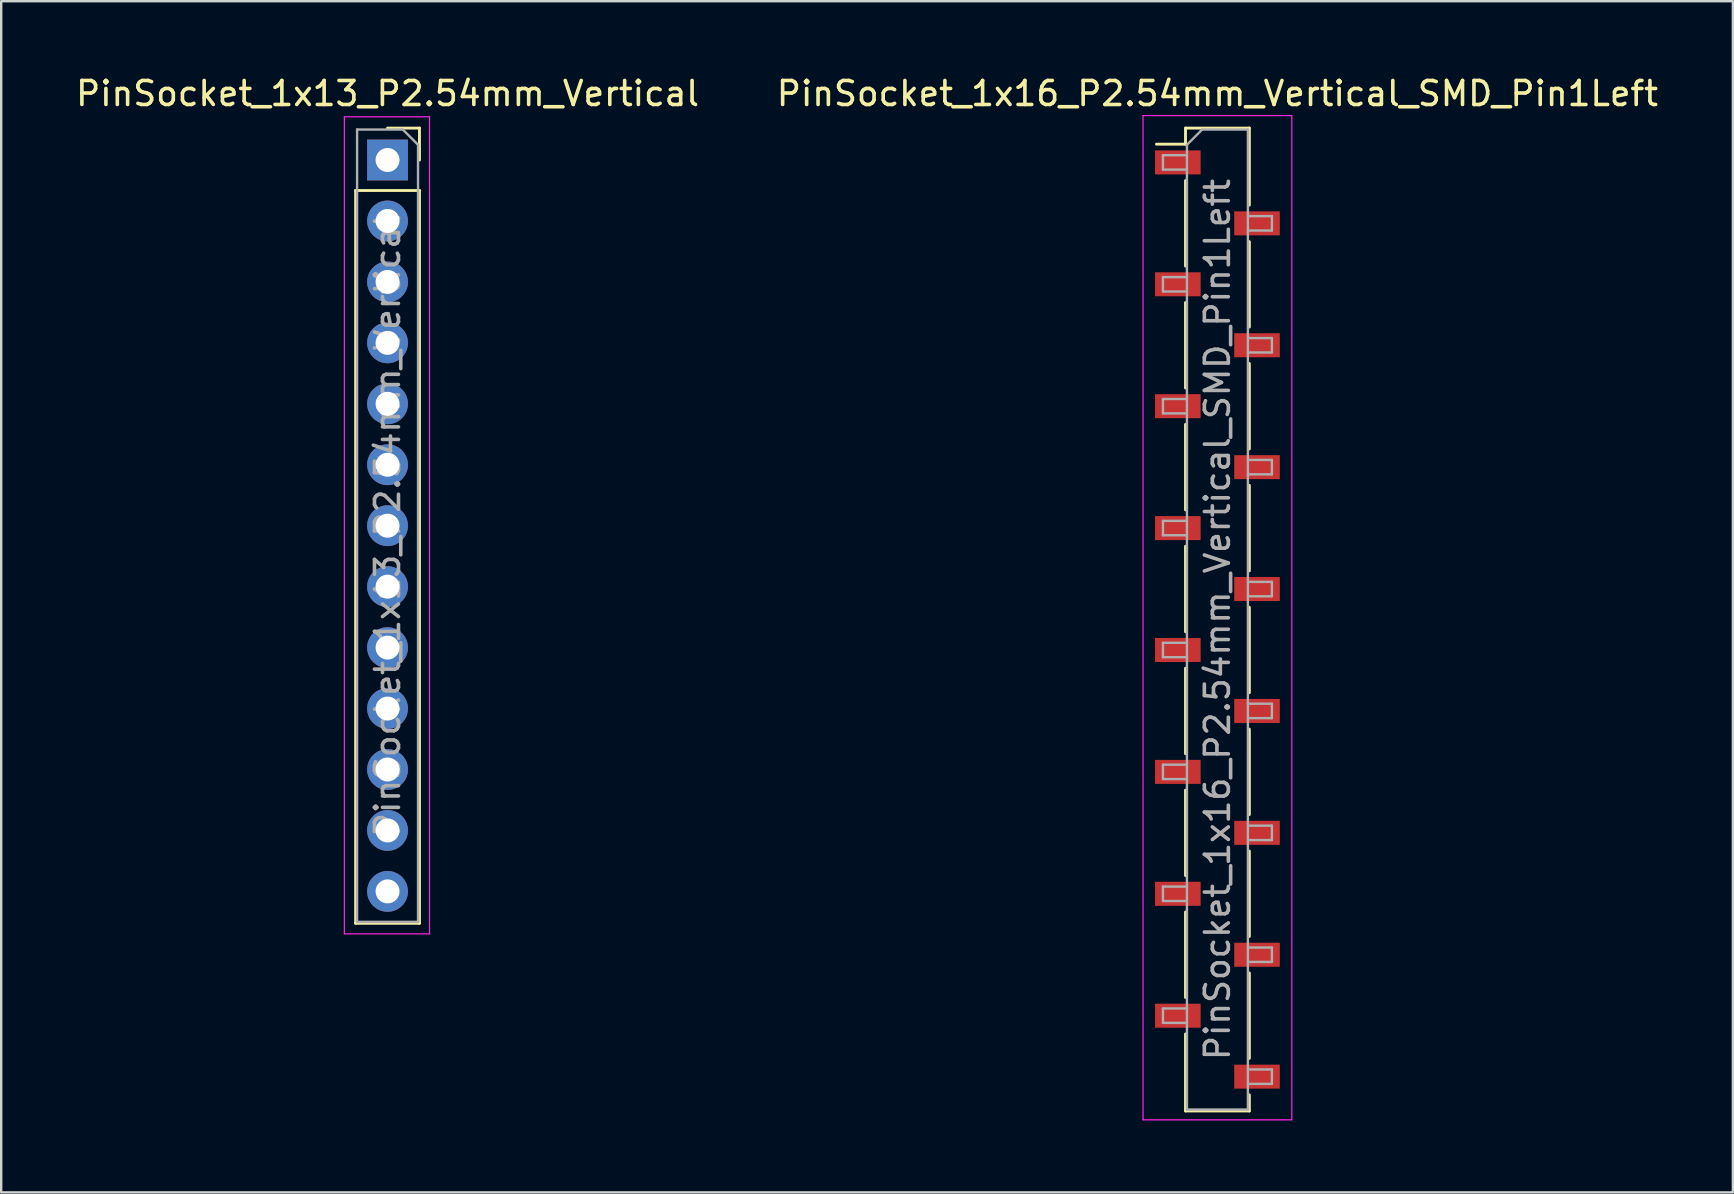
<source format=kicad_pcb>
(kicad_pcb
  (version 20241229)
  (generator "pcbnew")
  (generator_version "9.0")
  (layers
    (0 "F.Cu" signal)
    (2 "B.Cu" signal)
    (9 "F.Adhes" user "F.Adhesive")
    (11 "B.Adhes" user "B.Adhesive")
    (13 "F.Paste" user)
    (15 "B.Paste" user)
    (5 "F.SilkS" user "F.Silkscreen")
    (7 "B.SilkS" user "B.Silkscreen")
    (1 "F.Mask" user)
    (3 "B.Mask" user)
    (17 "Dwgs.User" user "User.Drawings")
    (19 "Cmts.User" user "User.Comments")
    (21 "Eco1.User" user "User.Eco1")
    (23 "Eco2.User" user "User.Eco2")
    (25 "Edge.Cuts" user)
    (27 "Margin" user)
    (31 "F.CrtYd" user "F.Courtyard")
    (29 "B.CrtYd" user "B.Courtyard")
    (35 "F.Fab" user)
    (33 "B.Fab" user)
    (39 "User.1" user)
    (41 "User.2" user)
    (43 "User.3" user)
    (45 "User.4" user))
  (footprint "PinSocket_1x16_P2.54mm_Vertical_SMD_Pin1Left"
    (layer "F.Cu")
    (at 47.685 22.768)
    (property "Reference" "PinSocket_1x16_P2.54mm_Vertical_SMD_Pin1Left" (at 0 -21.92 0) (layer "F.SilkS") (effects (font (size 1 1) (thickness 0.15))))
    (attr smd)
    (fp_line (start -2.54 -19.81) (end -1.33 -19.81) (stroke (width 0.12) (type solid)) (layer "F.SilkS"))
    (fp_line (start -1.33 -20.48) (end -1.33 -19.81) (stroke (width 0.12) (type solid)) (layer "F.SilkS"))
    (fp_line (start -1.33 -20.48) (end 1.33 -20.48) (stroke (width 0.12) (type solid)) (layer "F.SilkS"))
    (fp_line (start -1.33 -18.29) (end -1.33 -14.73) (stroke (width 0.12) (type solid)) (layer "F.SilkS"))
    (fp_line (start -1.33 -13.21) (end -1.33 -9.65) (stroke (width 0.12) (type solid)) (layer "F.SilkS"))
    (fp_line (start -1.33 -8.13) (end -1.33 -4.57) (stroke (width 0.12) (type solid)) (layer "F.SilkS"))
    (fp_line (start -1.33 -3.05) (end -1.33 0.51) (stroke (width 0.12) (type solid)) (layer "F.SilkS"))
    (fp_line (start -1.33 2.03) (end -1.33 5.59) (stroke (width 0.12) (type solid)) (layer "F.SilkS"))
    (fp_line (start -1.33 7.11) (end -1.33 10.67) (stroke (width 0.12) (type solid)) (layer "F.SilkS"))
    (fp_line (start -1.33 12.19) (end -1.33 15.75) (stroke (width 0.12) (type solid)) (layer "F.SilkS"))
    (fp_line (start -1.33 17.27) (end -1.33 20.48) (stroke (width 0.12) (type solid)) (layer "F.SilkS"))
    (fp_line (start -1.33 20.48) (end 1.33 20.48) (stroke (width 0.12) (type solid)) (layer "F.SilkS"))
    (fp_line (start 1.33 -20.48) (end 1.33 -17.27) (stroke (width 0.12) (type solid)) (layer "F.SilkS"))
    (fp_line (start 1.33 -15.75) (end 1.33 -12.19) (stroke (width 0.12) (type solid)) (layer "F.SilkS"))
    (fp_line (start 1.33 -10.67) (end 1.33 -7.11) (stroke (width 0.12) (type solid)) (layer "F.SilkS"))
    (fp_line (start 1.33 -5.59) (end 1.33 -2.03) (stroke (width 0.12) (type solid)) (layer "F.SilkS"))
    (fp_line (start 1.33 -0.51) (end 1.33 3.05) (stroke (width 0.12) (type solid)) (layer "F.SilkS"))
    (fp_line (start 1.33 4.57) (end 1.33 8.13) (stroke (width 0.12) (type solid)) (layer "F.SilkS"))
    (fp_line (start 1.33 9.65) (end 1.33 13.21) (stroke (width 0.12) (type solid)) (layer "F.SilkS"))
    (fp_line (start 1.33 14.73) (end 1.33 18.29) (stroke (width 0.12) (type solid)) (layer "F.SilkS"))
    (fp_line (start 1.33 19.81) (end 1.33 20.48) (stroke (width 0.12) (type solid)) (layer "F.SilkS"))
    (fp_line (start -3.1 -21) (end 3.1 -21) (stroke (width 0.05) (type solid)) (layer "F.CrtYd"))
    (fp_line (start -3.1 20.85) (end -3.1 -21) (stroke (width 0.05) (type solid)) (layer "F.CrtYd"))
    (fp_line (start 3.1 -21) (end 3.1 20.85) (stroke (width 0.05) (type solid)) (layer "F.CrtYd"))
    (fp_line (start 3.1 20.85) (end -3.1 20.85) (stroke (width 0.05) (type solid)) (layer "F.CrtYd"))
    (fp_line (start -2.27 -19.35) (end -1.27 -19.35) (stroke (width 0.1) (type solid)) (layer "F.Fab"))
    (fp_line (start -2.27 -18.75) (end -2.27 -19.35) (stroke (width 0.1) (type solid)) (layer "F.Fab"))
    (fp_line (start -2.27 -14.27) (end -1.27 -14.27) (stroke (width 0.1) (type solid)) (layer "F.Fab"))
    (fp_line (start -2.27 -13.67) (end -2.27 -14.27) (stroke (width 0.1) (type solid)) (layer "F.Fab"))
    (fp_line (start -2.27 -9.19) (end -1.27 -9.19) (stroke (width 0.1) (type solid)) (layer "F.Fab"))
    (fp_line (start -2.27 -8.59) (end -2.27 -9.19) (stroke (width 0.1) (type solid)) (layer "F.Fab"))
    (fp_line (start -2.27 -4.11) (end -1.27 -4.11) (stroke (width 0.1) (type solid)) (layer "F.Fab"))
    (fp_line (start -2.27 -3.51) (end -2.27 -4.11) (stroke (width 0.1) (type solid)) (layer "F.Fab"))
    (fp_line (start -2.27 0.97) (end -1.27 0.97) (stroke (width 0.1) (type solid)) (layer "F.Fab"))
    (fp_line (start -2.27 1.57) (end -2.27 0.97) (stroke (width 0.1) (type solid)) (layer "F.Fab"))
    (fp_line (start -2.27 6.05) (end -1.27 6.05) (stroke (width 0.1) (type solid)) (layer "F.Fab"))
    (fp_line (start -2.27 6.65) (end -2.27 6.05) (stroke (width 0.1) (type solid)) (layer "F.Fab"))
    (fp_line (start -2.27 11.13) (end -1.27 11.13) (stroke (width 0.1) (type solid)) (layer "F.Fab"))
    (fp_line (start -2.27 11.73) (end -2.27 11.13) (stroke (width 0.1) (type solid)) (layer "F.Fab"))
    (fp_line (start -2.27 16.21) (end -1.27 16.21) (stroke (width 0.1) (type solid)) (layer "F.Fab"))
    (fp_line (start -2.27 16.81) (end -2.27 16.21) (stroke (width 0.1) (type solid)) (layer "F.Fab"))
    (fp_line (start -1.27 -19.785) (end -0.635 -20.42) (stroke (width 0.1) (type solid)) (layer "F.Fab"))
    (fp_line (start -1.27 -18.75) (end -2.27 -18.75) (stroke (width 0.1) (type solid)) (layer "F.Fab"))
    (fp_line (start -1.27 -13.67) (end -2.27 -13.67) (stroke (width 0.1) (type solid)) (layer "F.Fab"))
    (fp_line (start -1.27 -8.59) (end -2.27 -8.59) (stroke (width 0.1) (type solid)) (layer "F.Fab"))
    (fp_line (start -1.27 -3.51) (end -2.27 -3.51) (stroke (width 0.1) (type solid)) (layer "F.Fab"))
    (fp_line (start -1.27 1.57) (end -2.27 1.57) (stroke (width 0.1) (type solid)) (layer "F.Fab"))
    (fp_line (start -1.27 6.65) (end -2.27 6.65) (stroke (width 0.1) (type solid)) (layer "F.Fab"))
    (fp_line (start -1.27 11.73) (end -2.27 11.73) (stroke (width 0.1) (type solid)) (layer "F.Fab"))
    (fp_line (start -1.27 16.81) (end -2.27 16.81) (stroke (width 0.1) (type solid)) (layer "F.Fab"))
    (fp_line (start -1.27 20.42) (end -1.27 -19.785) (stroke (width 0.1) (type solid)) (layer "F.Fab"))
    (fp_line (start -0.635 -20.42) (end 1.27 -20.42) (stroke (width 0.1) (type solid)) (layer "F.Fab"))
    (fp_line (start 1.27 -20.42) (end 1.27 20.42) (stroke (width 0.1) (type solid)) (layer "F.Fab"))
    (fp_line (start 1.27 -16.81) (end 2.27 -16.81) (stroke (width 0.1) (type solid)) (layer "F.Fab"))
    (fp_line (start 1.27 -11.73) (end 2.27 -11.73) (stroke (width 0.1) (type solid)) (layer "F.Fab"))
    (fp_line (start 1.27 -6.65) (end 2.27 -6.65) (stroke (width 0.1) (type solid)) (layer "F.Fab"))
    (fp_line (start 1.27 -1.57) (end 2.27 -1.57) (stroke (width 0.1) (type solid)) (layer "F.Fab"))
    (fp_line (start 1.27 3.51) (end 2.27 3.51) (stroke (width 0.1) (type solid)) (layer "F.Fab"))
    (fp_line (start 1.27 8.59) (end 2.27 8.59) (stroke (width 0.1) (type solid)) (layer "F.Fab"))
    (fp_line (start 1.27 13.67) (end 2.27 13.67) (stroke (width 0.1) (type solid)) (layer "F.Fab"))
    (fp_line (start 1.27 18.75) (end 2.27 18.75) (stroke (width 0.1) (type solid)) (layer "F.Fab"))
    (fp_line (start 1.27 20.42) (end -1.27 20.42) (stroke (width 0.1) (type solid)) (layer "F.Fab"))
    (fp_line (start 2.27 -16.81) (end 2.27 -16.21) (stroke (width 0.1) (type solid)) (layer "F.Fab"))
    (fp_line (start 2.27 -16.21) (end 1.27 -16.21) (stroke (width 0.1) (type solid)) (layer "F.Fab"))
    (fp_line (start 2.27 -11.73) (end 2.27 -11.13) (stroke (width 0.1) (type solid)) (layer "F.Fab"))
    (fp_line (start 2.27 -11.13) (end 1.27 -11.13) (stroke (width 0.1) (type solid)) (layer "F.Fab"))
    (fp_line (start 2.27 -6.65) (end 2.27 -6.05) (stroke (width 0.1) (type solid)) (layer "F.Fab"))
    (fp_line (start 2.27 -6.05) (end 1.27 -6.05) (stroke (width 0.1) (type solid)) (layer "F.Fab"))
    (fp_line (start 2.27 -1.57) (end 2.27 -0.97) (stroke (width 0.1) (type solid)) (layer "F.Fab"))
    (fp_line (start 2.27 -0.97) (end 1.27 -0.97) (stroke (width 0.1) (type solid)) (layer "F.Fab"))
    (fp_line (start 2.27 3.51) (end 2.27 4.11) (stroke (width 0.1) (type solid)) (layer "F.Fab"))
    (fp_line (start 2.27 4.11) (end 1.27 4.11) (stroke (width 0.1) (type solid)) (layer "F.Fab"))
    (fp_line (start 2.27 8.59) (end 2.27 9.19) (stroke (width 0.1) (type solid)) (layer "F.Fab"))
    (fp_line (start 2.27 9.19) (end 1.27 9.19) (stroke (width 0.1) (type solid)) (layer "F.Fab"))
    (fp_line (start 2.27 13.67) (end 2.27 14.27) (stroke (width 0.1) (type solid)) (layer "F.Fab"))
    (fp_line (start 2.27 14.27) (end 1.27 14.27) (stroke (width 0.1) (type solid)) (layer "F.Fab"))
    (fp_line (start 2.27 18.75) (end 2.27 19.35) (stroke (width 0.1) (type solid)) (layer "F.Fab"))
    (fp_line (start 2.27 19.35) (end 1.27 19.35) (stroke (width 0.1) (type solid)) (layer "F.Fab"))
    (fp_text user "${REFERENCE}" (at 0 0 90) (layer "F.Fab") (effects (font (size 1 1) (thickness 0.15))))
    (pad "1" smd rect (at -1.65 -19.05) (size 1.9 1) (layers "F.Cu" "F.Mask" "F.Paste"))
    (pad "2" smd rect (at 1.65 -16.51) (size 1.9 1) (layers "F.Cu" "F.Mask" "F.Paste"))
    (pad "3" smd rect (at -1.65 -13.97) (size 1.9 1) (layers "F.Cu" "F.Mask" "F.Paste"))
    (pad "4" smd rect (at 1.65 -11.43) (size 1.9 1) (layers "F.Cu" "F.Mask" "F.Paste"))
    (pad "5" smd rect (at -1.65 -8.89) (size 1.9 1) (layers "F.Cu" "F.Mask" "F.Paste"))
    (pad "6" smd rect (at 1.65 -6.35) (size 1.9 1) (layers "F.Cu" "F.Mask" "F.Paste"))
    (pad "7" smd rect (at -1.65 -3.81) (size 1.9 1) (layers "F.Cu" "F.Mask" "F.Paste"))
    (pad "8" smd rect (at 1.65 -1.27) (size 1.9 1) (layers "F.Cu" "F.Mask" "F.Paste"))
    (pad "9" smd rect (at -1.65 1.27) (size 1.9 1) (layers "F.Cu" "F.Mask" "F.Paste"))
    (pad "10" smd rect (at 1.65 3.81) (size 1.9 1) (layers "F.Cu" "F.Mask" "F.Paste"))
    (pad "11" smd rect (at -1.65 6.35) (size 1.9 1) (layers "F.Cu" "F.Mask" "F.Paste"))
    (pad "12" smd rect (at 1.65 8.89) (size 1.9 1) (layers "F.Cu" "F.Mask" "F.Paste"))
    (pad "13" smd rect (at -1.65 11.43) (size 1.9 1) (layers "F.Cu" "F.Mask" "F.Paste"))
    (pad "14" smd rect (at 1.65 13.97) (size 1.9 1) (layers "F.Cu" "F.Mask" "F.Paste"))
    (pad "15" smd rect (at -1.65 16.51) (size 1.9 1) (layers "F.Cu" "F.Mask" "F.Paste"))
    (pad "16" smd rect (at 1.65 19.05) (size 1.9 1) (layers "F.Cu" "F.Mask" "F.Paste")))
  (footprint "PinSocket_1x13_P2.54mm_Vertical"
    (layer "F.Cu")
    (at 13.101 3.618)
    (property "Reference" "PinSocket_1x13_P2.54mm_Vertical" (at 0 -2.77 0) (layer "F.SilkS") (effects (font (size 1 1) (thickness 0.15))))
    (attr through_hole)
    (fp_line (start -1.33 1.27) (end -1.33 31.81) (stroke (width 0.12) (type solid)) (layer "F.SilkS"))
    (fp_line (start -1.33 1.27) (end 1.33 1.27) (stroke (width 0.12) (type solid)) (layer "F.SilkS"))
    (fp_line (start -1.33 31.81) (end 1.33 31.81) (stroke (width 0.12) (type solid)) (layer "F.SilkS"))
    (fp_line (start 0 -1.33) (end 1.33 -1.33) (stroke (width 0.12) (type solid)) (layer "F.SilkS"))
    (fp_line (start 1.33 -1.33) (end 1.33 0) (stroke (width 0.12) (type solid)) (layer "F.SilkS"))
    (fp_line (start 1.33 1.27) (end 1.33 31.81) (stroke (width 0.12) (type solid)) (layer "F.SilkS"))
    (fp_line (start -1.8 -1.8) (end 1.75 -1.8) (stroke (width 0.05) (type solid)) (layer "F.CrtYd"))
    (fp_line (start -1.8 32.25) (end -1.8 -1.8) (stroke (width 0.05) (type solid)) (layer "F.CrtYd"))
    (fp_line (start 1.75 -1.8) (end 1.75 32.25) (stroke (width 0.05) (type solid)) (layer "F.CrtYd"))
    (fp_line (start 1.75 32.25) (end -1.8 32.25) (stroke (width 0.05) (type solid)) (layer "F.CrtYd"))
    (fp_line (start -1.27 -1.27) (end 0.635 -1.27) (stroke (width 0.1) (type solid)) (layer "F.Fab"))
    (fp_line (start -1.27 31.75) (end -1.27 -1.27) (stroke (width 0.1) (type solid)) (layer "F.Fab"))
    (fp_line (start 0.635 -1.27) (end 1.27 -0.635) (stroke (width 0.1) (type solid)) (layer "F.Fab"))
    (fp_line (start 1.27 -0.635) (end 1.27 31.75) (stroke (width 0.1) (type solid)) (layer "F.Fab"))
    (fp_line (start 1.27 31.75) (end -1.27 31.75) (stroke (width 0.1) (type solid)) (layer "F.Fab"))
    (fp_text user "${REFERENCE}" (at 0 15.24 90) (layer "F.Fab") (effects (font (size 1 1) (thickness 0.15))))
    (pad "1" thru_hole rect (at 0 0) (size 1.7 1.7) (drill 1) (layers "*.Cu" "*.Mask"))
    (pad "2" thru_hole oval (at 0 2.54) (size 1.7 1.7) (drill 1) (layers "*.Cu" "*.Mask"))
    (pad "3" thru_hole oval (at 0 5.08) (size 1.7 1.7) (drill 1) (layers "*.Cu" "*.Mask"))
    (pad "4" thru_hole oval (at 0 7.62) (size 1.7 1.7) (drill 1) (layers "*.Cu" "*.Mask"))
    (pad "5" thru_hole oval (at 0 10.16) (size 1.7 1.7) (drill 1) (layers "*.Cu" "*.Mask"))
    (pad "6" thru_hole oval (at 0 12.7) (size 1.7 1.7) (drill 1) (layers "*.Cu" "*.Mask"))
    (pad "7" thru_hole oval (at 0 15.24) (size 1.7 1.7) (drill 1) (layers "*.Cu" "*.Mask"))
    (pad "8" thru_hole oval (at 0 17.78) (size 1.7 1.7) (drill 1) (layers "*.Cu" "*.Mask"))
    (pad "9" thru_hole oval (at 0 20.32) (size 1.7 1.7) (drill 1) (layers "*.Cu" "*.Mask"))
    (pad "10" thru_hole oval (at 0 22.86) (size 1.7 1.7) (drill 1) (layers "*.Cu" "*.Mask"))
    (pad "11" thru_hole oval (at 0 25.4) (size 1.7 1.7) (drill 1) (layers "*.Cu" "*.Mask"))
    (pad "12" thru_hole oval (at 0 27.94) (size 1.7 1.7) (drill 1) (layers "*.Cu" "*.Mask"))
    (pad "13" thru_hole oval (at 0 30.48) (size 1.7 1.7) (drill 1) (layers "*.Cu" "*.Mask")))
  (gr_rect
    (start -3 -3)
    (end 69.167 46.643)
    (stroke (width 0.1) (type default))
    (fill no)
    (layer "Edge.Cuts")))
</source>
